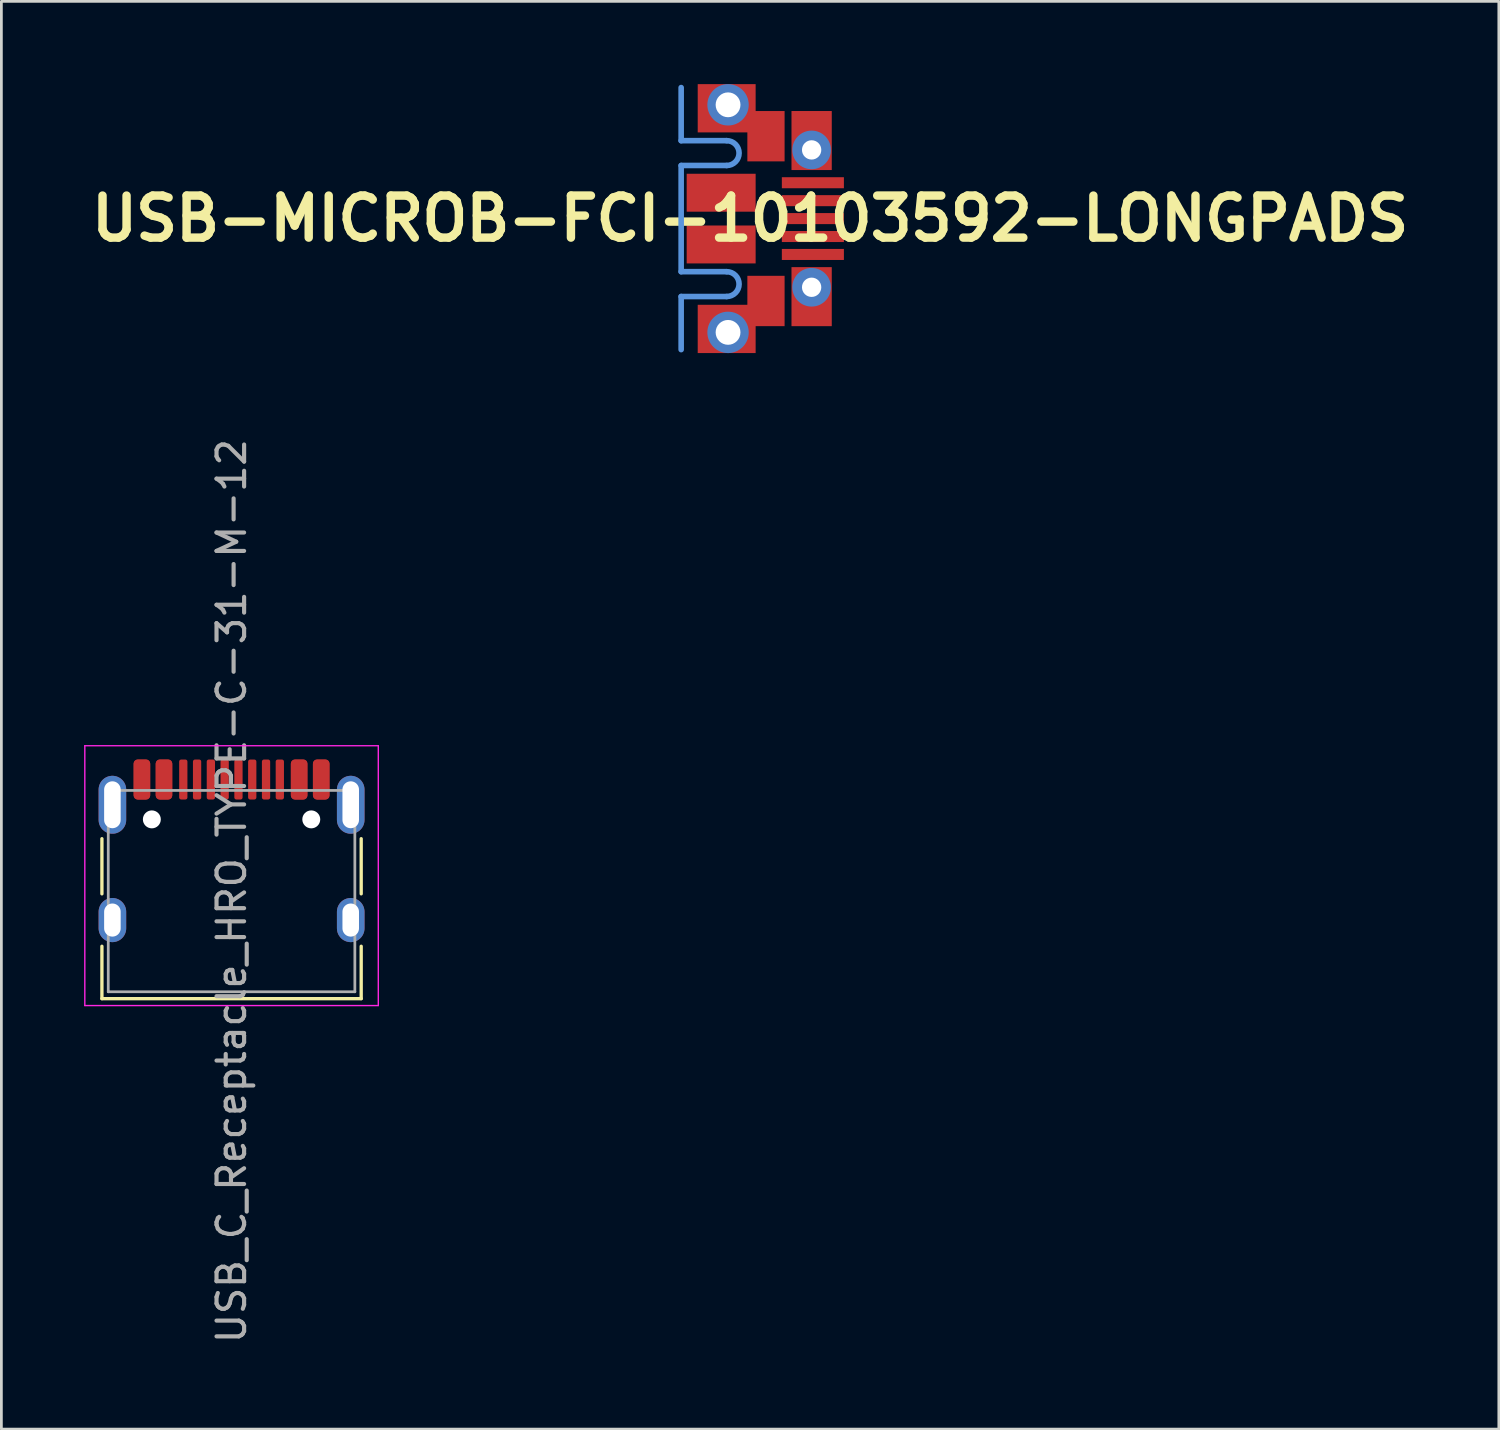
<source format=kicad_pcb>
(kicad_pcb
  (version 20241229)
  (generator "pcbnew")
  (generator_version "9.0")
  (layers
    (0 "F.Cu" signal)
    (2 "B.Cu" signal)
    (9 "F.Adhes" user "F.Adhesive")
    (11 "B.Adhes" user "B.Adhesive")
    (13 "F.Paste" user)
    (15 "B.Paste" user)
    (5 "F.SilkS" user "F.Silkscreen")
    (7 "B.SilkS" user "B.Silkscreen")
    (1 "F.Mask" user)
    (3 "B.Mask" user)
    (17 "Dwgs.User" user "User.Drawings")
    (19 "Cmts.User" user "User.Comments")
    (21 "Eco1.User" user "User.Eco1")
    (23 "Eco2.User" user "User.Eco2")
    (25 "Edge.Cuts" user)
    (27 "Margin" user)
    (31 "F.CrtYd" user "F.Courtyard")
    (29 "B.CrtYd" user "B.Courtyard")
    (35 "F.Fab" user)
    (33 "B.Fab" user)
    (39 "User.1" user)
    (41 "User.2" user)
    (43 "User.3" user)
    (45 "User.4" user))
  (footprint "USB_C_Receptacle_HRO_TYPE-C-31-M-12"
    (layer "F.Cu")
    (at 5.345 29.256)
    (property "Reference" "USB_C_Receptacle_HRO_TYPE-C-31-M-12" (at 0 0 90) (layer "F.Fab") (effects (font (size 1 1) (thickness 0.15))))
    (attr smd)
    (fp_line (start -4.7 -1.9) (end -4.7 0.1) (stroke (width 0.12) (type solid)) (layer "F.SilkS"))
    (fp_line (start -4.7 2) (end -4.7 3.9) (stroke (width 0.12) (type solid)) (layer "F.SilkS"))
    (fp_line (start -4.7 3.9) (end 4.7 3.9) (stroke (width 0.12) (type solid)) (layer "F.SilkS"))
    (fp_line (start 4.7 -1.9) (end 4.7 0.1) (stroke (width 0.12) (type solid)) (layer "F.SilkS"))
    (fp_line (start 4.7 2) (end 4.7 3.9) (stroke (width 0.12) (type solid)) (layer "F.SilkS"))
    (fp_line (start -5.32 -5.27) (end -5.32 4.15) (stroke (width 0.05) (type solid)) (layer "F.CrtYd"))
    (fp_line (start -5.32 -5.27) (end 5.32 -5.27) (stroke (width 0.05) (type solid)) (layer "F.CrtYd"))
    (fp_line (start -5.32 4.15) (end 5.32 4.15) (stroke (width 0.05) (type solid)) (layer "F.CrtYd"))
    (fp_line (start 5.32 -5.27) (end 5.32 4.15) (stroke (width 0.05) (type solid)) (layer "F.CrtYd"))
    (fp_line (start -4.47 -3.65) (end -4.47 3.65) (stroke (width 0.1) (type solid)) (layer "F.Fab"))
    (fp_line (start -4.47 -3.65) (end 4.47 -3.65) (stroke (width 0.1) (type solid)) (layer "F.Fab"))
    (fp_line (start -4.47 3.65) (end 4.47 3.65) (stroke (width 0.1) (type solid)) (layer "F.Fab"))
    (fp_line (start 4.47 -3.65) (end 4.47 3.65) (stroke (width 0.1) (type solid)) (layer "F.Fab"))
    (pad "" np_thru_hole circle (at -2.89 -2.6) (size 0.65 0.65) (drill 0.65) (layers "*.Cu" "*.Mask"))
    (pad "" np_thru_hole circle (at 2.89 -2.6) (size 0.65 0.65) (drill 0.65) (layers "*.Cu" "*.Mask"))
    (pad "A1" smd roundrect (at -3.25 -4.045) (size 0.6 1.45) (layers "F.Cu" "F.Mask" "F.Paste") (roundrect_rratio 0.25))
    (pad "A4" smd roundrect (at -2.45 -4.045) (size 0.6 1.45) (layers "F.Cu" "F.Mask" "F.Paste") (roundrect_rratio 0.25))
    (pad "A5" smd roundrect (at -1.25 -4.045) (size 0.3 1.45) (layers "F.Cu" "F.Mask" "F.Paste") (roundrect_rratio 0.25))
    (pad "A6" smd roundrect (at -0.25 -4.045) (size 0.3 1.45) (layers "F.Cu" "F.Mask" "F.Paste") (roundrect_rratio 0.25))
    (pad "A7" smd roundrect (at 0.25 -4.045) (size 0.3 1.45) (layers "F.Cu" "F.Mask" "F.Paste") (roundrect_rratio 0.25))
    (pad "A8" smd roundrect (at 1.25 -4.045) (size 0.3 1.45) (layers "F.Cu" "F.Mask" "F.Paste") (roundrect_rratio 0.25))
    (pad "A9" smd roundrect (at 2.45 -4.045) (size 0.6 1.45) (layers "F.Cu" "F.Mask" "F.Paste") (roundrect_rratio 0.25))
    (pad "A12" smd roundrect (at 3.25 -4.045) (size 0.6 1.45) (layers "F.Cu" "F.Mask" "F.Paste") (roundrect_rratio 0.25))
    (pad "B1" smd roundrect (at 3.25 -4.045) (size 0.6 1.45) (layers "F.Cu" "F.Mask" "F.Paste") (roundrect_rratio 0.25))
    (pad "B4" smd roundrect (at 2.45 -4.045) (size 0.6 1.45) (layers "F.Cu" "F.Mask" "F.Paste") (roundrect_rratio 0.25))
    (pad "B5" smd roundrect (at 1.75 -4.045) (size 0.3 1.45) (layers "F.Cu" "F.Mask" "F.Paste") (roundrect_rratio 0.25))
    (pad "B6" smd roundrect (at 0.75 -4.045) (size 0.3 1.45) (layers "F.Cu" "F.Mask" "F.Paste") (roundrect_rratio 0.25))
    (pad "B7" smd roundrect (at -0.75 -4.045) (size 0.3 1.45) (layers "F.Cu" "F.Mask" "F.Paste") (roundrect_rratio 0.25))
    (pad "B8" smd roundrect (at -1.75 -4.045) (size 0.3 1.45) (layers "F.Cu" "F.Mask" "F.Paste") (roundrect_rratio 0.25))
    (pad "B9" smd roundrect (at -2.45 -4.045) (size 0.6 1.45) (layers "F.Cu" "F.Mask" "F.Paste") (roundrect_rratio 0.25))
    (pad "B12" smd roundrect (at -3.25 -4.045) (size 0.6 1.45) (layers "F.Cu" "F.Mask" "F.Paste") (roundrect_rratio 0.25))
    (pad "S1" thru_hole oval (at -4.32 -3.13) (size 1 2.1) (drill oval 0.6 1.7) (layers "*.Cu" "*.Mask" "F.Paste"))
    (pad "S1" thru_hole oval (at -4.32 1.05) (size 1 1.6) (drill oval 0.6 1.2) (layers "*.Cu" "*.Mask" "F.Paste"))
    (pad "S1" thru_hole oval (at 4.32 -3.13) (size 1 2.1) (drill oval 0.6 1.7) (layers "*.Cu" "*.Mask" "F.Paste"))
    (pad "S1" thru_hole oval (at 4.32 1.05) (size 1 1.6) (drill oval 0.6 1.2) (layers "*.Cu" "*.Mask" "F.Paste")))
  (footprint "USB-MICROB-FCI-10103592-LONGPADS"
    (layer "F.Cu")
    (at 21.645 4.875)
    (property "Reference" "USB-MICROB-FCI-10103592-LONGPADS" (at 2.499 0 0) (layer "F.SilkS") (effects (font (size 1.524 1.524) (thickness 0.305))))
    (attr through_hole)
    (fp_line (start 0 -2.825) (end 0 -4.75) (stroke (width 0.203) (type solid)) (layer "Cmts.User"))
    (fp_line (start 0 -2.825) (end 1.65 -2.825) (stroke (width 0.203) (type solid)) (layer "Cmts.User"))
    (fp_line (start 0 -1.925) (end 0 1.925) (stroke (width 0.203) (type solid)) (layer "Cmts.User"))
    (fp_line (start 0 -1.925) (end 1.65 -1.925) (stroke (width 0.203) (type solid)) (layer "Cmts.User"))
    (fp_line (start 0 1.925) (end 1.65 1.925) (stroke (width 0.203) (type solid)) (layer "Cmts.User"))
    (fp_line (start 0 2.825) (end 0 4.75) (stroke (width 0.203) (type solid)) (layer "Cmts.User"))
    (fp_line (start 0 2.825) (end 1.65 2.825) (stroke (width 0.203) (type solid)) (layer "Cmts.User"))
    (fp_arc (start 1.65 -2.825) (mid 2.1 -2.375) (end 1.65 -1.925) (stroke (width 0.2032) (type solid)) (layer "Cmts.User"))
    (fp_arc (start 1.65 1.925) (mid 2.1 2.375) (end 1.65 2.825) (stroke (width 0.2032) (type solid)) (layer "Cmts.User"))
    (pad "0" smd rect (at 1.45 -0.938) (size 2.5 1.375) (layers "F.Cu" "F.Mask" "F.Paste"))
    (pad "0" smd rect (at 1.45 0.938) (size 2.5 1.375) (layers "F.Cu" "F.Mask" "F.Paste"))
    (pad "0" smd rect (at 1.65 -4) (size 2.1 1.75) (layers "F.Cu" "F.Mask" "F.Paste"))
    (pad "0" smd rect (at 1.65 4) (size 2.1 1.75) (layers "F.Cu" "F.Mask" "F.Paste"))
    (pad "0" thru_hole circle (at 1.7 -4.125) (size 1.5 1.5) (drill 0.9) (layers "*.Cu" "*.Mask"))
    (pad "0" thru_hole circle (at 1.7 4.125) (size 1.5 1.5) (drill 0.9) (layers "*.Cu" "*.Mask"))
    (pad "0" smd rect (at 3.075 -2.987) (size 1.35 1.825) (layers "F.Cu" "F.Mask"))
    (pad "0" smd rect (at 3.075 2.987) (size 1.35 1.825) (layers "F.Cu" "F.Mask"))
    (pad "0" smd rect (at 4.73 -2.83) (size 1.46 2.14) (layers "F.Cu" "F.Mask" "F.Paste"))
    (pad "0" thru_hole circle (at 4.73 -2.49) (size 1.4 1.4) (drill 0.7) (layers "*.Cu" "*.Mask"))
    (pad "0" thru_hole circle (at 4.73 2.49) (size 1.4 1.4) (drill 0.7) (layers "*.Cu" "*.Mask"))
    (pad "0" smd rect (at 4.73 2.83) (size 1.46 2.14) (layers "F.Cu" "F.Mask" "F.Paste"))
    (pad "1" smd rect (at 4.775 1.3) (size 2.25 0.4) (layers "F.Cu" "F.Mask" "F.Paste"))
    (pad "2" smd rect (at 4.775 0.65) (size 2.25 0.4) (layers "F.Cu" "F.Mask" "F.Paste"))
    (pad "3" smd rect (at 4.775 0) (size 2.25 0.4) (layers "F.Cu" "F.Mask" "F.Paste"))
    (pad "4" smd rect (at 4.775 -0.65) (size 2.25 0.4) (layers "F.Cu" "F.Mask" "F.Paste"))
    (pad "5" smd rect (at 4.775 -1.3) (size 2.25 0.4) (layers "F.Cu" "F.Mask" "F.Paste")))
  (gr_rect
    (start -3 -3)
    (end 51.289 48.762)
    (stroke (width 0.1) (type default))
    (fill no)
    (layer "Edge.Cuts")))
</source>
